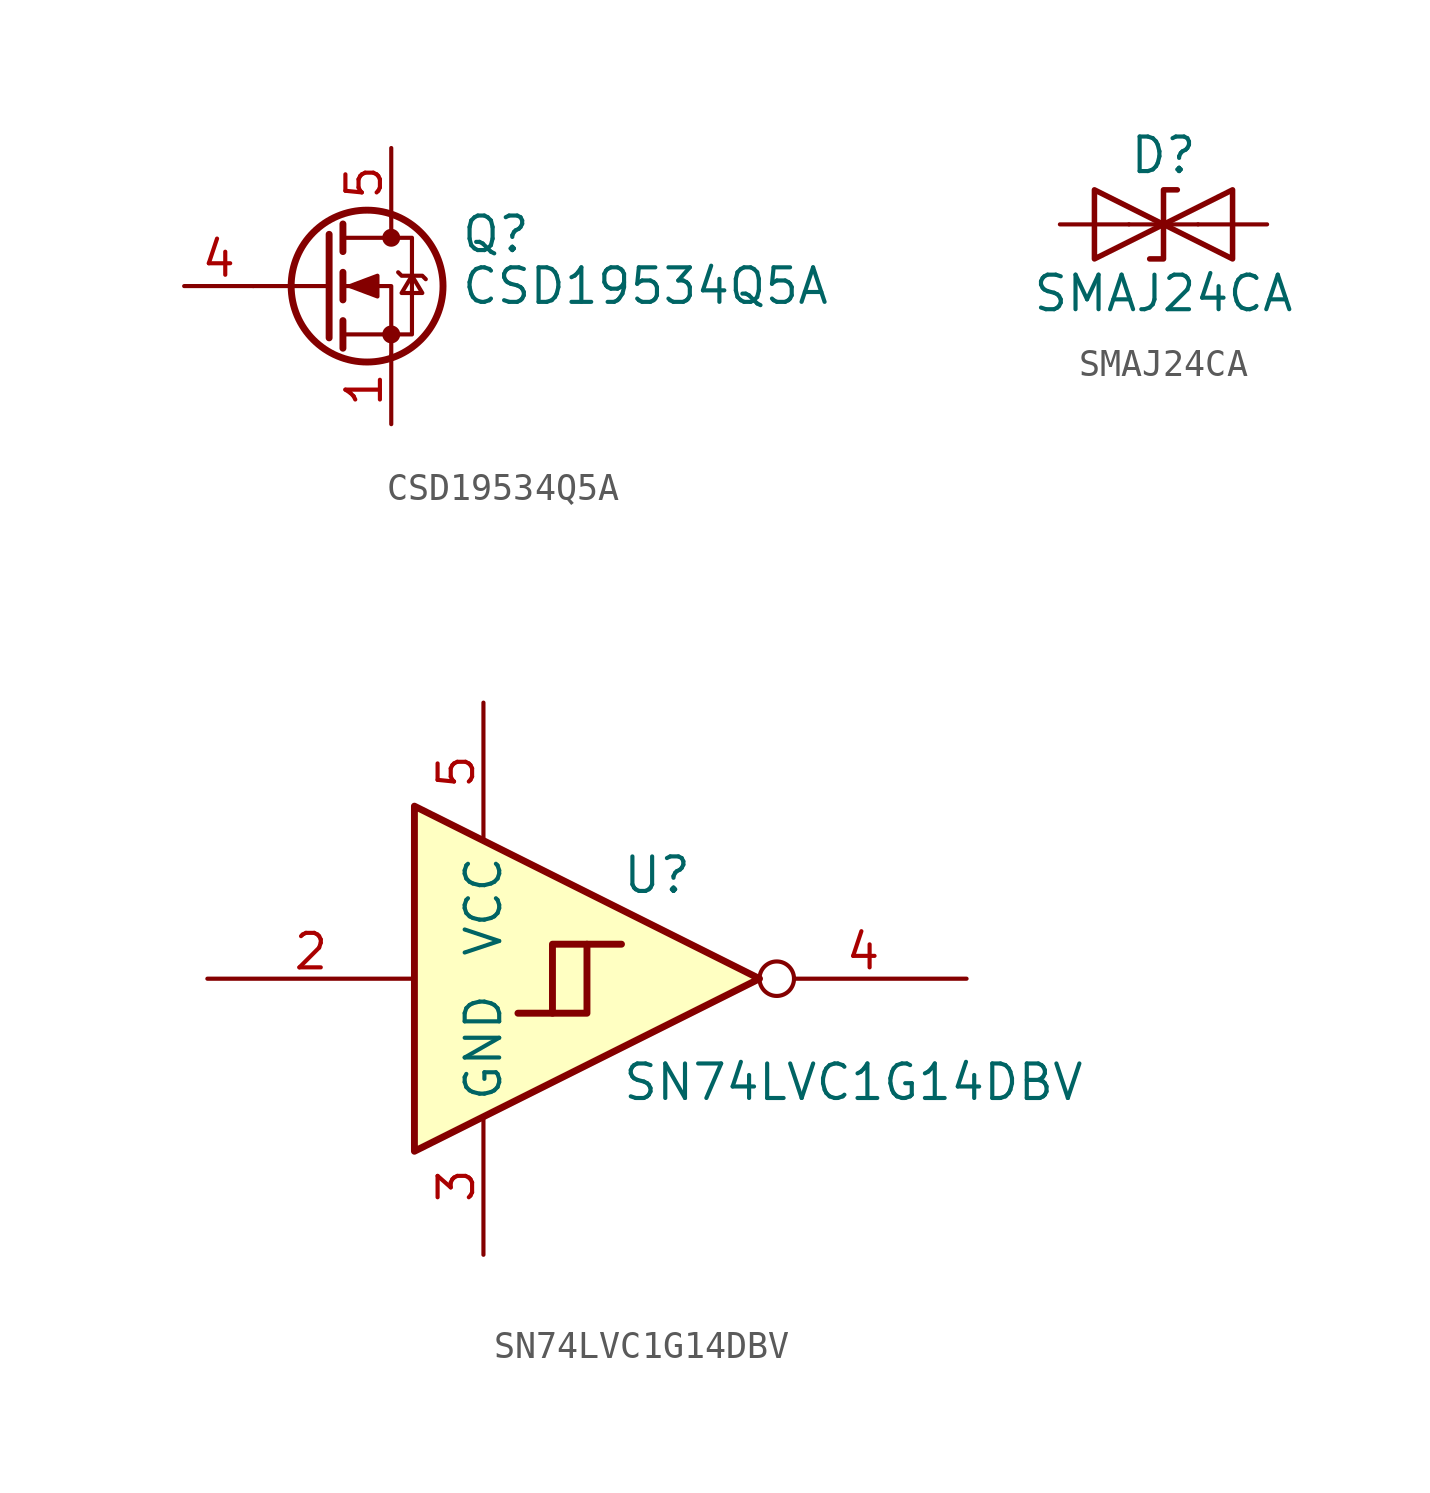
<source format=kicad_sym>
(kicad_symbol_lib
  (version 20231120)
  (generator "kicad_symbol_editor")
  (generator_version "8.0")
  (symbol "CSD19534Q5A"
    (pin_names hide)
    (property "Reference" "Q"
      (at 5.08 1.905 0)
      (effects (font (size 1.27 1.27)) (justify left)))
    (property "Value" "CSD19534Q5A"
      (at 5.08 0 0)
      (effects (font (size 1.27 1.27)) (justify left)))
    (symbol "CSD19534Q5A_0_1"
      (polyline (pts (xy 0.254 0) (xy -2.54 0)) (stroke (width 0) (type default)) (fill (type none)))
      (polyline (pts (xy 0.254 1.905) (xy 0.254 -1.905)) (stroke (width 0.254) (type default)) (fill (type none)))
      (polyline (pts (xy 0.762 -1.27) (xy 0.762 -2.286)) (stroke (width 0.254) (type default)) (fill (type none)))
      (polyline (pts (xy 0.762 0.508) (xy 0.762 -0.508)) (stroke (width 0.254) (type default)) (fill (type none)))
      (polyline (pts (xy 0.762 2.286) (xy 0.762 1.27)) (stroke (width 0.254) (type default)) (fill (type none)))
      (polyline (pts (xy 2.54 2.54) (xy 2.54 1.778)) (stroke (width 0) (type default)) (fill (type none)))
      (polyline (pts (xy 2.54 -2.54) (xy 2.54 0) (xy 0.762 0)) (stroke (width 0) (type default)) (fill (type none)))
      (polyline (pts (xy 0.762 -1.778) (xy 3.302 -1.778) (xy 3.302 1.778) (xy 0.762 1.778)) (stroke (width 0) (type default)) (fill (type none)))
      (polyline (pts (xy 1.016 0) (xy 2.032 0.381) (xy 2.032 -0.381) (xy 1.016 0)) (stroke (width 0) (type default)) (fill (type outline)))
      (polyline (pts (xy 2.794 0.508) (xy 2.921 0.381) (xy 3.683 0.381) (xy 3.81 0.254)) (stroke (width 0) (type default)) (fill (type none)))
      (polyline (pts (xy 3.302 0.381) (xy 2.921 -0.254) (xy 3.683 -0.254) (xy 3.302 0.381)) (stroke (width 0) (type default)) (fill (type none)))
      (circle (center 1.651 0) (radius 2.794) (stroke (width 0.254) (type default)) (fill (type none)))
      (circle (center 2.54 -1.778) (radius 0.254) (stroke (width 0) (type default)) (fill (type outline)))
      (circle (center 2.54 1.778) (radius 0.254) (stroke (width 0) (type default)) (fill (type outline))))
    (symbol "CSD19534Q5A_1_1"
      (pin passive line (at 2.54 -5.08 90) (length 2.54) (name "S" (effects (font (size 1.27 1.27)))) (number "1" (effects (font (size 1.27 1.27)))))
      (pin passive line (at 2.54 -5.08 90) (length 2.54) hide (name "S" (effects (font (size 1.27 1.27)))) (number "2" (effects (font (size 1.27 1.27)))))
      (pin passive line (at 2.54 -5.08 90) (length 2.54) hide (name "S" (effects (font (size 1.27 1.27)))) (number "3" (effects (font (size 1.27 1.27)))))
      (pin passive line (at -5.08 0 0) (length 2.54) (name "G" (effects (font (size 1.27 1.27)))) (number "4" (effects (font (size 1.27 1.27)))))
      (pin passive line (at 2.54 5.08 270) (length 2.54) (name "D" (effects (font (size 1.27 1.27)))) (number "5" (effects (font (size 1.27 1.27)))))))
  (symbol "SMAJ24CA"
    (pin_numbers hide)
    (pin_names
      (offset 1.016) hide)
    (property "Reference" "D"
      (at 0 2.54 0)
      (effects (font (size 1.27 1.27))))
    (property "Value" "SMAJ24CA"
      (at 0 -2.54 0)
      (effects (font (size 1.27 1.27))))
    (symbol "SMAJ24CA_0_1"
      (polyline (pts (xy 1.27 0) (xy -1.27 0)) (stroke (width 0) (type default)) (fill (type none)))
      (polyline (pts (xy -2.54 -1.27) (xy 0 0) (xy -2.54 1.27) (xy -2.54 -1.27)) (stroke (width 0.203) (type default)) (fill (type none)))
      (polyline (pts (xy 0.508 1.27) (xy 0 1.27) (xy 0 -1.27) (xy -0.508 -1.27)) (stroke (width 0.203) (type default)) (fill (type none)))
      (polyline (pts (xy 2.54 1.27) (xy 2.54 -1.27) (xy 0 0) (xy 2.54 1.27)) (stroke (width 0.203) (type default)) (fill (type none))))
    (symbol "SMAJ24CA_1_1"
      (pin passive line (at -3.81 0 0) (length 2.54) (name "A1" (effects (font (size 1.27 1.27)))) (number "1" (effects (font (size 1.27 1.27)))))
      (pin passive line (at 3.81 0 180) (length 2.54) (name "A2" (effects (font (size 1.27 1.27)))) (number "2" (effects (font (size 1.27 1.27)))))))
  (symbol "SN74LVC1G14DBV"
    (property "Reference" "U"
      (at 0 3.81 0)
      (effects (font (size 1.27 1.27)) (justify left)))
    (property "Value" "SN74LVC1G14DBV"
      (at 0 -3.81 0)
      (effects (font (size 1.27 1.27)) (justify left)))
    (symbol "SN74LVC1G14DBV_0_1"
      (polyline (pts (xy -7.62 6.35) (xy -7.62 -6.35) (xy 5.08 0) (xy -7.62 6.35)) (stroke (width 0.254) (type default)) (fill (type background))))
    (symbol "SN74LVC1G14DBV_1_1"
      (polyline (pts (xy -3.81 -1.27) (xy -1.27 -1.27) (xy -1.27 1.27)) (stroke (width 0.254) (type default)) (fill (type none)))
      (polyline (pts (xy -2.54 -1.27) (xy -2.54 1.27) (xy 0 1.27)) (stroke (width 0.254) (type default)) (fill (type none)))
      (pin no_connect line (at -7.62 5.08 180) (length 5.08) hide (name "NC" (effects (font (size 1.27 1.27)))) (number "1" (effects (font (size 1.27 1.27)))))
      (pin input line (at -15.24 0 0) (length 7.62) (name "~" (effects (font (size 1.27 1.27)))) (number "2" (effects (font (size 1.27 1.27)))))
      (pin power_in line (at -5.08 -10.16 90) (length 5.08) (name "GND" (effects (font (size 1.27 1.27)))) (number "3" (effects (font (size 1.27 1.27)))))
      (pin output inverted (at 12.7 0 180) (length 7.62) (name "~" (effects (font (size 1.27 1.27)))) (number "4" (effects (font (size 1.27 1.27)))))
      (pin power_in line (at -5.08 10.16 270) (length 5.08) (name "VCC" (effects (font (size 1.27 1.27)))) (number "5" (effects (font (size 1.27 1.27))))))))
</source>
